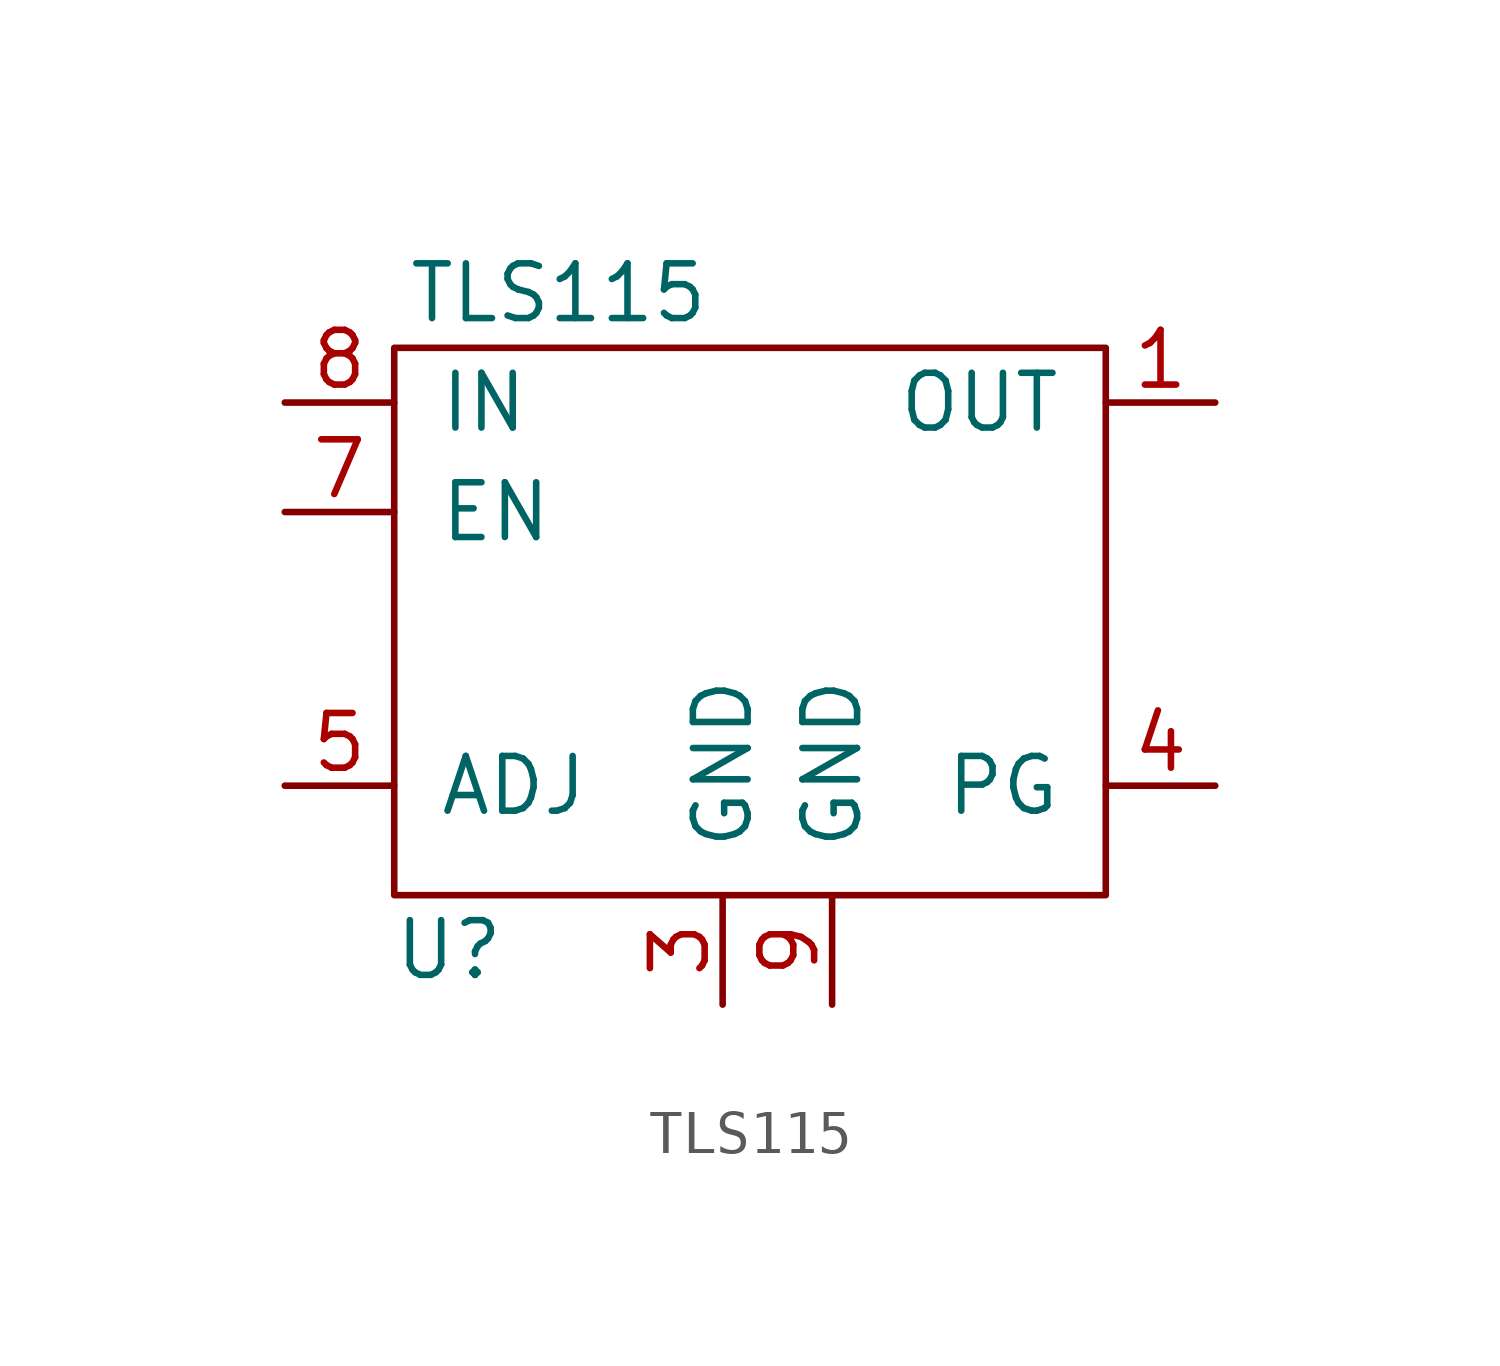
<source format=kicad_sym>
(kicad_symbol_lib
  (version 20241209)
  (generator "kicad_symbol_editor")
  (generator_version "9.0")
  (symbol "TLS115"
    (pin_names
      (offset 1.016))
    (property "Reference" "U"
      (at -6.35 -10.16 0)
      (effects (font (size 1.27 1.27))))
    (property "Value" "TLS115"
      (at -3.81 5.08 0)
      (effects (font (size 1.27 1.27))))
    (symbol "TLS115_0_1"
      (rectangle (start -7.62 3.81) (end 8.89 -8.89) (stroke (width 0) (type solid)) (fill (type none))))
    (symbol "TLS115_1_1"
      (pin power_in line (at -10.16 2.54 0) (length 2.54) (name "IN" (effects (font (size 1.27 1.27)))) (number "8" (effects (font (size 1.27 1.27)))))
      (pin input line (at -10.16 0 0) (length 2.54) (name "EN" (effects (font (size 1.27 1.27)))) (number "7" (effects (font (size 1.27 1.27)))))
      (pin input line (at -10.16 -6.35 0) (length 2.54) (name "ADJ" (effects (font (size 1.27 1.27)))) (number "5" (effects (font (size 1.27 1.27)))))
      (pin no_connect line (at 0 0 0) (length 2.54) (hide yes) (name "~" (effects (font (size 1.27 1.27)))) (number "2" (effects (font (size 1.27 1.27)))))
      (pin no_connect line (at 0 -2.54 0) (length 2.54) (hide yes) (name "~" (effects (font (size 1.27 1.27)))) (number "6" (effects (font (size 1.27 1.27)))))
      (pin power_in line (at 0 -11.43 90) (length 2.54) (name "GND" (effects (font (size 1.27 1.27)))) (number "3" (effects (font (size 1.27 1.27)))))
      (pin power_in line (at 2.54 -11.43 90) (length 2.54) (name "GND" (effects (font (size 1.27 1.27)))) (number "9" (effects (font (size 1.27 1.27)))))
      (pin output line (at 11.43 2.54 180) (length 2.54) (name "OUT" (effects (font (size 1.27 1.27)))) (number "1" (effects (font (size 1.27 1.27)))))
      (pin open_collector line (at 11.43 -6.35 180) (length 2.54) (name "PG" (effects (font (size 1.27 1.27)))) (number "4" (effects (font (size 1.27 1.27))))))))
</source>
